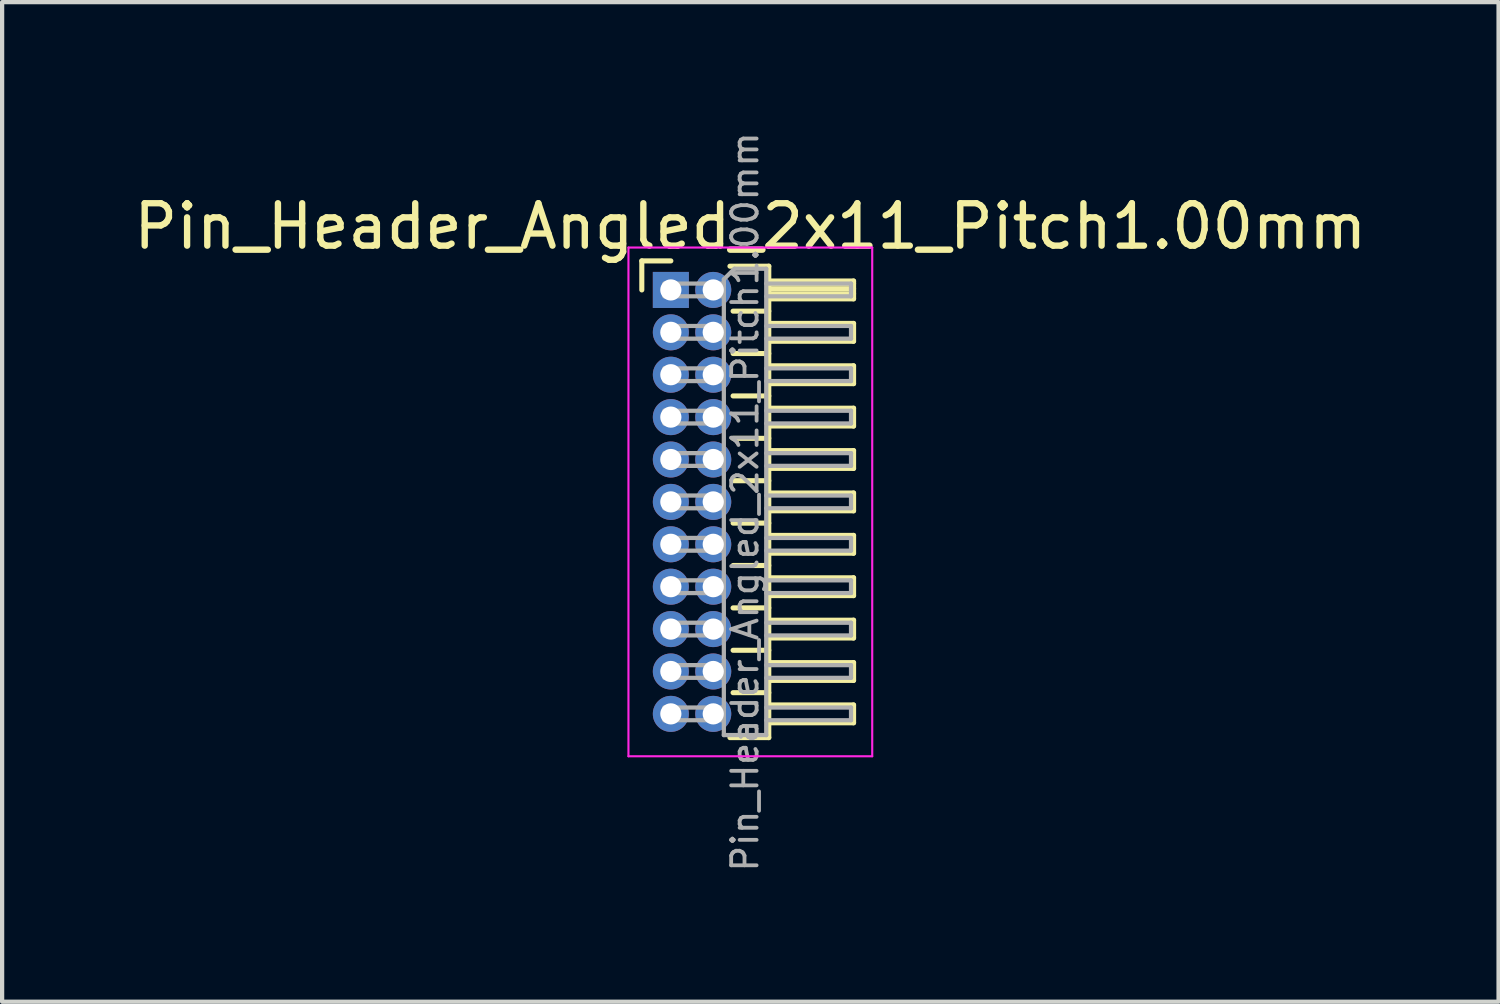
<source format=kicad_pcb>
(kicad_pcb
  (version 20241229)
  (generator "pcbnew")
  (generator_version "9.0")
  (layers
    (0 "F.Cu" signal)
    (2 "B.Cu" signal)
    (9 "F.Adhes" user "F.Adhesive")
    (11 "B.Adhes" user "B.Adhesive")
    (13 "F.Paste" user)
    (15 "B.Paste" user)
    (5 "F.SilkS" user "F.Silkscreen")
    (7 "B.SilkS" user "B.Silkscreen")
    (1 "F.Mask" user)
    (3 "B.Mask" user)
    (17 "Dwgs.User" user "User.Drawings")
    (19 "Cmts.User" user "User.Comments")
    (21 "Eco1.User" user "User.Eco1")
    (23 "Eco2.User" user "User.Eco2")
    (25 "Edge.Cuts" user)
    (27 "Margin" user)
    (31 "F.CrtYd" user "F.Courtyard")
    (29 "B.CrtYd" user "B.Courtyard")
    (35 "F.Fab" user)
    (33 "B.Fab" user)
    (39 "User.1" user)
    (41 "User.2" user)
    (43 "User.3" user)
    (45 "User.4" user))
  (footprint "Pin_Header_Angled_2x11_Pitch1.00mm"
    (layer "F.Cu")
    (at 12.774 3.789)
    (property "Reference" "Pin_Header_Angled_2x11_Pitch1.00mm" (at 1.875 -1.5 0) (layer "F.SilkS") (effects (font (size 1 1) (thickness 0.15))))
    (attr through_hole)
    (fp_line (start -0.685 -0.685) (end 0 -0.685) (stroke (width 0.12) (type solid)) (layer "F.SilkS"))
    (fp_line (start -0.685 0) (end -0.685 -0.685) (stroke (width 0.12) (type solid)) (layer "F.SilkS"))
    (fp_line (start 1.394 -0.56) (end 2.31 -0.56) (stroke (width 0.12) (type solid)) (layer "F.SilkS"))
    (fp_line (start 1.468 0.5) (end 2.31 0.5) (stroke (width 0.12) (type solid)) (layer "F.SilkS"))
    (fp_line (start 1.468 1.5) (end 2.31 1.5) (stroke (width 0.12) (type solid)) (layer "F.SilkS"))
    (fp_line (start 1.468 2.5) (end 2.31 2.5) (stroke (width 0.12) (type solid)) (layer "F.SilkS"))
    (fp_line (start 1.468 3.5) (end 2.31 3.5) (stroke (width 0.12) (type solid)) (layer "F.SilkS"))
    (fp_line (start 1.468 4.5) (end 2.31 4.5) (stroke (width 0.12) (type solid)) (layer "F.SilkS"))
    (fp_line (start 1.468 5.5) (end 2.31 5.5) (stroke (width 0.12) (type solid)) (layer "F.SilkS"))
    (fp_line (start 1.468 6.5) (end 2.31 6.5) (stroke (width 0.12) (type solid)) (layer "F.SilkS"))
    (fp_line (start 1.468 7.5) (end 2.31 7.5) (stroke (width 0.12) (type solid)) (layer "F.SilkS"))
    (fp_line (start 1.468 8.5) (end 2.31 8.5) (stroke (width 0.12) (type solid)) (layer "F.SilkS"))
    (fp_line (start 1.468 9.5) (end 2.31 9.5) (stroke (width 0.12) (type solid)) (layer "F.SilkS"))
    (fp_line (start 2.31 -0.56) (end 2.31 10.56) (stroke (width 0.12) (type solid)) (layer "F.SilkS"))
    (fp_line (start 2.31 -0.21) (end 4.31 -0.21) (stroke (width 0.12) (type solid)) (layer "F.SilkS"))
    (fp_line (start 2.31 -0.15) (end 4.31 -0.15) (stroke (width 0.12) (type solid)) (layer "F.SilkS"))
    (fp_line (start 2.31 -0.03) (end 4.31 -0.03) (stroke (width 0.12) (type solid)) (layer "F.SilkS"))
    (fp_line (start 2.31 0.09) (end 4.31 0.09) (stroke (width 0.12) (type solid)) (layer "F.SilkS"))
    (fp_line (start 2.31 0.79) (end 4.31 0.79) (stroke (width 0.12) (type solid)) (layer "F.SilkS"))
    (fp_line (start 2.31 1.79) (end 4.31 1.79) (stroke (width 0.12) (type solid)) (layer "F.SilkS"))
    (fp_line (start 2.31 2.79) (end 4.31 2.79) (stroke (width 0.12) (type solid)) (layer "F.SilkS"))
    (fp_line (start 2.31 3.79) (end 4.31 3.79) (stroke (width 0.12) (type solid)) (layer "F.SilkS"))
    (fp_line (start 2.31 4.79) (end 4.31 4.79) (stroke (width 0.12) (type solid)) (layer "F.SilkS"))
    (fp_line (start 2.31 5.79) (end 4.31 5.79) (stroke (width 0.12) (type solid)) (layer "F.SilkS"))
    (fp_line (start 2.31 6.79) (end 4.31 6.79) (stroke (width 0.12) (type solid)) (layer "F.SilkS"))
    (fp_line (start 2.31 7.79) (end 4.31 7.79) (stroke (width 0.12) (type solid)) (layer "F.SilkS"))
    (fp_line (start 2.31 8.79) (end 4.31 8.79) (stroke (width 0.12) (type solid)) (layer "F.SilkS"))
    (fp_line (start 2.31 9.79) (end 4.31 9.79) (stroke (width 0.12) (type solid)) (layer "F.SilkS"))
    (fp_line (start 2.31 10.56) (end 1.394 10.56) (stroke (width 0.12) (type solid)) (layer "F.SilkS"))
    (fp_line (start 4.31 -0.21) (end 4.31 0.21) (stroke (width 0.12) (type solid)) (layer "F.SilkS"))
    (fp_line (start 4.31 0.21) (end 2.31 0.21) (stroke (width 0.12) (type solid)) (layer "F.SilkS"))
    (fp_line (start 4.31 0.79) (end 4.31 1.21) (stroke (width 0.12) (type solid)) (layer "F.SilkS"))
    (fp_line (start 4.31 1.21) (end 2.31 1.21) (stroke (width 0.12) (type solid)) (layer "F.SilkS"))
    (fp_line (start 4.31 1.79) (end 4.31 2.21) (stroke (width 0.12) (type solid)) (layer "F.SilkS"))
    (fp_line (start 4.31 2.21) (end 2.31 2.21) (stroke (width 0.12) (type solid)) (layer "F.SilkS"))
    (fp_line (start 4.31 2.79) (end 4.31 3.21) (stroke (width 0.12) (type solid)) (layer "F.SilkS"))
    (fp_line (start 4.31 3.21) (end 2.31 3.21) (stroke (width 0.12) (type solid)) (layer "F.SilkS"))
    (fp_line (start 4.31 3.79) (end 4.31 4.21) (stroke (width 0.12) (type solid)) (layer "F.SilkS"))
    (fp_line (start 4.31 4.21) (end 2.31 4.21) (stroke (width 0.12) (type solid)) (layer "F.SilkS"))
    (fp_line (start 4.31 4.79) (end 4.31 5.21) (stroke (width 0.12) (type solid)) (layer "F.SilkS"))
    (fp_line (start 4.31 5.21) (end 2.31 5.21) (stroke (width 0.12) (type solid)) (layer "F.SilkS"))
    (fp_line (start 4.31 5.79) (end 4.31 6.21) (stroke (width 0.12) (type solid)) (layer "F.SilkS"))
    (fp_line (start 4.31 6.21) (end 2.31 6.21) (stroke (width 0.12) (type solid)) (layer "F.SilkS"))
    (fp_line (start 4.31 6.79) (end 4.31 7.21) (stroke (width 0.12) (type solid)) (layer "F.SilkS"))
    (fp_line (start 4.31 7.21) (end 2.31 7.21) (stroke (width 0.12) (type solid)) (layer "F.SilkS"))
    (fp_line (start 4.31 7.79) (end 4.31 8.21) (stroke (width 0.12) (type solid)) (layer "F.SilkS"))
    (fp_line (start 4.31 8.21) (end 2.31 8.21) (stroke (width 0.12) (type solid)) (layer "F.SilkS"))
    (fp_line (start 4.31 8.79) (end 4.31 9.21) (stroke (width 0.12) (type solid)) (layer "F.SilkS"))
    (fp_line (start 4.31 9.21) (end 2.31 9.21) (stroke (width 0.12) (type solid)) (layer "F.SilkS"))
    (fp_line (start 4.31 9.79) (end 4.31 10.21) (stroke (width 0.12) (type solid)) (layer "F.SilkS"))
    (fp_line (start 4.31 10.21) (end 2.31 10.21) (stroke (width 0.12) (type solid)) (layer "F.SilkS"))
    (fp_line (start -1 -1) (end -1 11) (stroke (width 0.05) (type solid)) (layer "F.CrtYd"))
    (fp_line (start -1 11) (end 4.75 11) (stroke (width 0.05) (type solid)) (layer "F.CrtYd"))
    (fp_line (start 4.75 -1) (end -1 -1) (stroke (width 0.05) (type solid)) (layer "F.CrtYd"))
    (fp_line (start 4.75 11) (end 4.75 -1) (stroke (width 0.05) (type solid)) (layer "F.CrtYd"))
    (fp_line (start -0.15 -0.15) (end -0.15 0.15) (stroke (width 0.1) (type solid)) (layer "F.Fab"))
    (fp_line (start -0.15 -0.15) (end 1.25 -0.15) (stroke (width 0.1) (type solid)) (layer "F.Fab"))
    (fp_line (start -0.15 0.15) (end 1.25 0.15) (stroke (width 0.1) (type solid)) (layer "F.Fab"))
    (fp_line (start -0.15 0.85) (end -0.15 1.15) (stroke (width 0.1) (type solid)) (layer "F.Fab"))
    (fp_line (start -0.15 0.85) (end 1.25 0.85) (stroke (width 0.1) (type solid)) (layer "F.Fab"))
    (fp_line (start -0.15 1.15) (end 1.25 1.15) (stroke (width 0.1) (type solid)) (layer "F.Fab"))
    (fp_line (start -0.15 1.85) (end -0.15 2.15) (stroke (width 0.1) (type solid)) (layer "F.Fab"))
    (fp_line (start -0.15 1.85) (end 1.25 1.85) (stroke (width 0.1) (type solid)) (layer "F.Fab"))
    (fp_line (start -0.15 2.15) (end 1.25 2.15) (stroke (width 0.1) (type solid)) (layer "F.Fab"))
    (fp_line (start -0.15 2.85) (end -0.15 3.15) (stroke (width 0.1) (type solid)) (layer "F.Fab"))
    (fp_line (start -0.15 2.85) (end 1.25 2.85) (stroke (width 0.1) (type solid)) (layer "F.Fab"))
    (fp_line (start -0.15 3.15) (end 1.25 3.15) (stroke (width 0.1) (type solid)) (layer "F.Fab"))
    (fp_line (start -0.15 3.85) (end -0.15 4.15) (stroke (width 0.1) (type solid)) (layer "F.Fab"))
    (fp_line (start -0.15 3.85) (end 1.25 3.85) (stroke (width 0.1) (type solid)) (layer "F.Fab"))
    (fp_line (start -0.15 4.15) (end 1.25 4.15) (stroke (width 0.1) (type solid)) (layer "F.Fab"))
    (fp_line (start -0.15 4.85) (end -0.15 5.15) (stroke (width 0.1) (type solid)) (layer "F.Fab"))
    (fp_line (start -0.15 4.85) (end 1.25 4.85) (stroke (width 0.1) (type solid)) (layer "F.Fab"))
    (fp_line (start -0.15 5.15) (end 1.25 5.15) (stroke (width 0.1) (type solid)) (layer "F.Fab"))
    (fp_line (start -0.15 5.85) (end -0.15 6.15) (stroke (width 0.1) (type solid)) (layer "F.Fab"))
    (fp_line (start -0.15 5.85) (end 1.25 5.85) (stroke (width 0.1) (type solid)) (layer "F.Fab"))
    (fp_line (start -0.15 6.15) (end 1.25 6.15) (stroke (width 0.1) (type solid)) (layer "F.Fab"))
    (fp_line (start -0.15 6.85) (end -0.15 7.15) (stroke (width 0.1) (type solid)) (layer "F.Fab"))
    (fp_line (start -0.15 6.85) (end 1.25 6.85) (stroke (width 0.1) (type solid)) (layer "F.Fab"))
    (fp_line (start -0.15 7.15) (end 1.25 7.15) (stroke (width 0.1) (type solid)) (layer "F.Fab"))
    (fp_line (start -0.15 7.85) (end -0.15 8.15) (stroke (width 0.1) (type solid)) (layer "F.Fab"))
    (fp_line (start -0.15 7.85) (end 1.25 7.85) (stroke (width 0.1) (type solid)) (layer "F.Fab"))
    (fp_line (start -0.15 8.15) (end 1.25 8.15) (stroke (width 0.1) (type solid)) (layer "F.Fab"))
    (fp_line (start -0.15 8.85) (end -0.15 9.15) (stroke (width 0.1) (type solid)) (layer "F.Fab"))
    (fp_line (start -0.15 8.85) (end 1.25 8.85) (stroke (width 0.1) (type solid)) (layer "F.Fab"))
    (fp_line (start -0.15 9.15) (end 1.25 9.15) (stroke (width 0.1) (type solid)) (layer "F.Fab"))
    (fp_line (start -0.15 9.85) (end -0.15 10.15) (stroke (width 0.1) (type solid)) (layer "F.Fab"))
    (fp_line (start -0.15 9.85) (end 1.25 9.85) (stroke (width 0.1) (type solid)) (layer "F.Fab"))
    (fp_line (start -0.15 10.15) (end 1.25 10.15) (stroke (width 0.1) (type solid)) (layer "F.Fab"))
    (fp_line (start 1.25 -0.25) (end 1.5 -0.5) (stroke (width 0.1) (type solid)) (layer "F.Fab"))
    (fp_line (start 1.25 10.5) (end 1.25 -0.25) (stroke (width 0.1) (type solid)) (layer "F.Fab"))
    (fp_line (start 1.5 -0.5) (end 2.25 -0.5) (stroke (width 0.1) (type solid)) (layer "F.Fab"))
    (fp_line (start 2.25 -0.5) (end 2.25 10.5) (stroke (width 0.1) (type solid)) (layer "F.Fab"))
    (fp_line (start 2.25 -0.15) (end 4.25 -0.15) (stroke (width 0.1) (type solid)) (layer "F.Fab"))
    (fp_line (start 2.25 0.15) (end 4.25 0.15) (stroke (width 0.1) (type solid)) (layer "F.Fab"))
    (fp_line (start 2.25 0.85) (end 4.25 0.85) (stroke (width 0.1) (type solid)) (layer "F.Fab"))
    (fp_line (start 2.25 1.15) (end 4.25 1.15) (stroke (width 0.1) (type solid)) (layer "F.Fab"))
    (fp_line (start 2.25 1.85) (end 4.25 1.85) (stroke (width 0.1) (type solid)) (layer "F.Fab"))
    (fp_line (start 2.25 2.15) (end 4.25 2.15) (stroke (width 0.1) (type solid)) (layer "F.Fab"))
    (fp_line (start 2.25 2.85) (end 4.25 2.85) (stroke (width 0.1) (type solid)) (layer "F.Fab"))
    (fp_line (start 2.25 3.15) (end 4.25 3.15) (stroke (width 0.1) (type solid)) (layer "F.Fab"))
    (fp_line (start 2.25 3.85) (end 4.25 3.85) (stroke (width 0.1) (type solid)) (layer "F.Fab"))
    (fp_line (start 2.25 4.15) (end 4.25 4.15) (stroke (width 0.1) (type solid)) (layer "F.Fab"))
    (fp_line (start 2.25 4.85) (end 4.25 4.85) (stroke (width 0.1) (type solid)) (layer "F.Fab"))
    (fp_line (start 2.25 5.15) (end 4.25 5.15) (stroke (width 0.1) (type solid)) (layer "F.Fab"))
    (fp_line (start 2.25 5.85) (end 4.25 5.85) (stroke (width 0.1) (type solid)) (layer "F.Fab"))
    (fp_line (start 2.25 6.15) (end 4.25 6.15) (stroke (width 0.1) (type solid)) (layer "F.Fab"))
    (fp_line (start 2.25 6.85) (end 4.25 6.85) (stroke (width 0.1) (type solid)) (layer "F.Fab"))
    (fp_line (start 2.25 7.15) (end 4.25 7.15) (stroke (width 0.1) (type solid)) (layer "F.Fab"))
    (fp_line (start 2.25 7.85) (end 4.25 7.85) (stroke (width 0.1) (type solid)) (layer "F.Fab"))
    (fp_line (start 2.25 8.15) (end 4.25 8.15) (stroke (width 0.1) (type solid)) (layer "F.Fab"))
    (fp_line (start 2.25 8.85) (end 4.25 8.85) (stroke (width 0.1) (type solid)) (layer "F.Fab"))
    (fp_line (start 2.25 9.15) (end 4.25 9.15) (stroke (width 0.1) (type solid)) (layer "F.Fab"))
    (fp_line (start 2.25 9.85) (end 4.25 9.85) (stroke (width 0.1) (type solid)) (layer "F.Fab"))
    (fp_line (start 2.25 10.15) (end 4.25 10.15) (stroke (width 0.1) (type solid)) (layer "F.Fab"))
    (fp_line (start 2.25 10.5) (end 1.25 10.5) (stroke (width 0.1) (type solid)) (layer "F.Fab"))
    (fp_line (start 4.25 -0.15) (end 4.25 0.15) (stroke (width 0.1) (type solid)) (layer "F.Fab"))
    (fp_line (start 4.25 0.85) (end 4.25 1.15) (stroke (width 0.1) (type solid)) (layer "F.Fab"))
    (fp_line (start 4.25 1.85) (end 4.25 2.15) (stroke (width 0.1) (type solid)) (layer "F.Fab"))
    (fp_line (start 4.25 2.85) (end 4.25 3.15) (stroke (width 0.1) (type solid)) (layer "F.Fab"))
    (fp_line (start 4.25 3.85) (end 4.25 4.15) (stroke (width 0.1) (type solid)) (layer "F.Fab"))
    (fp_line (start 4.25 4.85) (end 4.25 5.15) (stroke (width 0.1) (type solid)) (layer "F.Fab"))
    (fp_line (start 4.25 5.85) (end 4.25 6.15) (stroke (width 0.1) (type solid)) (layer "F.Fab"))
    (fp_line (start 4.25 6.85) (end 4.25 7.15) (stroke (width 0.1) (type solid)) (layer "F.Fab"))
    (fp_line (start 4.25 7.85) (end 4.25 8.15) (stroke (width 0.1) (type solid)) (layer "F.Fab"))
    (fp_line (start 4.25 8.85) (end 4.25 9.15) (stroke (width 0.1) (type solid)) (layer "F.Fab"))
    (fp_line (start 4.25 9.85) (end 4.25 10.15) (stroke (width 0.1) (type solid)) (layer "F.Fab"))
    (fp_text user "${REFERENCE}" (at 1.75 5 90) (layer "F.Fab") (effects (font (size 0.6 0.6) (thickness 0.09))))
    (pad "1" thru_hole rect (at 0 0) (size 0.85 0.85) (drill 0.5) (layers "*.Cu" "*.Mask"))
    (pad "2" thru_hole oval (at 1 0) (size 0.85 0.85) (drill 0.5) (layers "*.Cu" "*.Mask"))
    (pad "3" thru_hole oval (at 0 1) (size 0.85 0.85) (drill 0.5) (layers "*.Cu" "*.Mask"))
    (pad "4" thru_hole oval (at 1 1) (size 0.85 0.85) (drill 0.5) (layers "*.Cu" "*.Mask"))
    (pad "5" thru_hole oval (at 0 2) (size 0.85 0.85) (drill 0.5) (layers "*.Cu" "*.Mask"))
    (pad "6" thru_hole oval (at 1 2) (size 0.85 0.85) (drill 0.5) (layers "*.Cu" "*.Mask"))
    (pad "7" thru_hole oval (at 0 3) (size 0.85 0.85) (drill 0.5) (layers "*.Cu" "*.Mask"))
    (pad "8" thru_hole oval (at 1 3) (size 0.85 0.85) (drill 0.5) (layers "*.Cu" "*.Mask"))
    (pad "9" thru_hole oval (at 0 4) (size 0.85 0.85) (drill 0.5) (layers "*.Cu" "*.Mask"))
    (pad "10" thru_hole oval (at 1 4) (size 0.85 0.85) (drill 0.5) (layers "*.Cu" "*.Mask"))
    (pad "11" thru_hole oval (at 0 5) (size 0.85 0.85) (drill 0.5) (layers "*.Cu" "*.Mask"))
    (pad "12" thru_hole oval (at 1 5) (size 0.85 0.85) (drill 0.5) (layers "*.Cu" "*.Mask"))
    (pad "13" thru_hole oval (at 0 6) (size 0.85 0.85) (drill 0.5) (layers "*.Cu" "*.Mask"))
    (pad "14" thru_hole oval (at 1 6) (size 0.85 0.85) (drill 0.5) (layers "*.Cu" "*.Mask"))
    (pad "15" thru_hole oval (at 0 7) (size 0.85 0.85) (drill 0.5) (layers "*.Cu" "*.Mask"))
    (pad "16" thru_hole oval (at 1 7) (size 0.85 0.85) (drill 0.5) (layers "*.Cu" "*.Mask"))
    (pad "17" thru_hole oval (at 0 8) (size 0.85 0.85) (drill 0.5) (layers "*.Cu" "*.Mask"))
    (pad "18" thru_hole oval (at 1 8) (size 0.85 0.85) (drill 0.5) (layers "*.Cu" "*.Mask"))
    (pad "19" thru_hole oval (at 0 9) (size 0.85 0.85) (drill 0.5) (layers "*.Cu" "*.Mask"))
    (pad "20" thru_hole oval (at 1 9) (size 0.85 0.85) (drill 0.5) (layers "*.Cu" "*.Mask"))
    (pad "21" thru_hole oval (at 0 10) (size 0.85 0.85) (drill 0.5) (layers "*.Cu" "*.Mask"))
    (pad "22" thru_hole oval (at 1 10) (size 0.85 0.85) (drill 0.5) (layers "*.Cu" "*.Mask")))
  (gr_rect
    (start -3 -3)
    (end 32.298 20.579)
    (stroke (width 0.1) (type default))
    (fill no)
    (layer "Edge.Cuts")))
</source>
